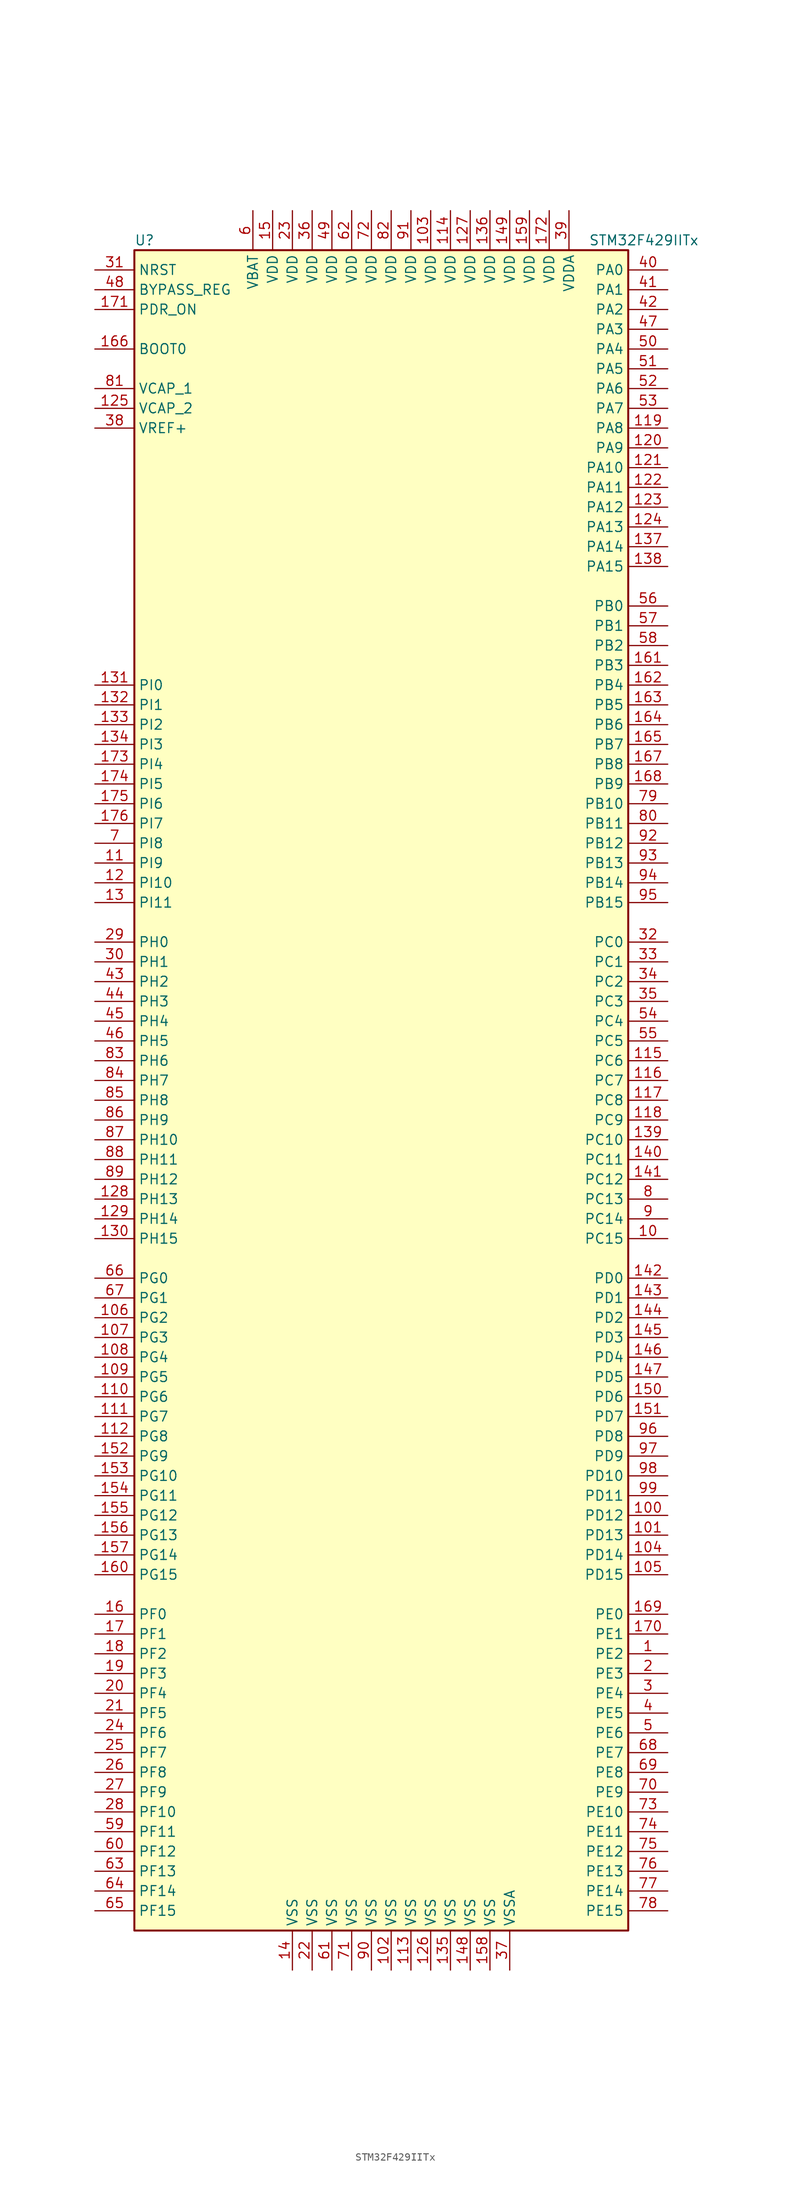
<source format=kicad_sym>
(kicad_symbol_lib
  (version 20201005)
  (generator kicad_symbol_editor)
  (symbol "STM32F429IITx"
    (property "Reference" "U"
      (at -33.02 107.95 0)
      (effects (font (size 1.27 1.27)) (justify left)))
    (property "Value" "STM32F429IITx"
      (at 25.4 107.95 0)
      (effects (font (size 1.27 1.27)) (justify left)))
    (symbol "STM32F429IITx_0_1"
      (rectangle (start -33.02 -109.22) (end 30.48 106.68) (stroke (width 0.254)) (fill (type background))))
    (symbol "STM32F429IITx_1_1"
      (pin input line (at -38.1 93.98 0) (length 5.08) (name "BOOT0" (effects (font (size 1.27 1.27)))) (number "166" (effects (font (size 1.27 1.27)))))
      (pin input line (at -38.1 101.6 0) (length 5.08) (name "BYPASS_REG" (effects (font (size 1.27 1.27)))) (number "48" (effects (font (size 1.27 1.27)))))
      (pin input line (at -38.1 104.14 0) (length 5.08) (name "NRST" (effects (font (size 1.27 1.27)))) (number "31" (effects (font (size 1.27 1.27)))))
      (pin bidirectional line (at 35.56 104.14 180) (length 5.08) (name "PA0" (effects (font (size 1.27 1.27)))) (number "40" (effects (font (size 1.27 1.27)))))
      (pin bidirectional line (at 35.56 101.6 180) (length 5.08) (name "PA1" (effects (font (size 1.27 1.27)))) (number "41" (effects (font (size 1.27 1.27)))))
      (pin bidirectional line (at 35.56 78.74 180) (length 5.08) (name "PA10" (effects (font (size 1.27 1.27)))) (number "121" (effects (font (size 1.27 1.27)))))
      (pin bidirectional line (at 35.56 76.2 180) (length 5.08) (name "PA11" (effects (font (size 1.27 1.27)))) (number "122" (effects (font (size 1.27 1.27)))))
      (pin bidirectional line (at 35.56 73.66 180) (length 5.08) (name "PA12" (effects (font (size 1.27 1.27)))) (number "123" (effects (font (size 1.27 1.27)))))
      (pin bidirectional line (at 35.56 71.12 180) (length 5.08) (name "PA13" (effects (font (size 1.27 1.27)))) (number "124" (effects (font (size 1.27 1.27)))))
      (pin bidirectional line (at 35.56 68.58 180) (length 5.08) (name "PA14" (effects (font (size 1.27 1.27)))) (number "137" (effects (font (size 1.27 1.27)))))
      (pin bidirectional line (at 35.56 66.04 180) (length 5.08) (name "PA15" (effects (font (size 1.27 1.27)))) (number "138" (effects (font (size 1.27 1.27)))))
      (pin bidirectional line (at 35.56 99.06 180) (length 5.08) (name "PA2" (effects (font (size 1.27 1.27)))) (number "42" (effects (font (size 1.27 1.27)))))
      (pin bidirectional line (at 35.56 96.52 180) (length 5.08) (name "PA3" (effects (font (size 1.27 1.27)))) (number "47" (effects (font (size 1.27 1.27)))))
      (pin bidirectional line (at 35.56 93.98 180) (length 5.08) (name "PA4" (effects (font (size 1.27 1.27)))) (number "50" (effects (font (size 1.27 1.27)))))
      (pin bidirectional line (at 35.56 91.44 180) (length 5.08) (name "PA5" (effects (font (size 1.27 1.27)))) (number "51" (effects (font (size 1.27 1.27)))))
      (pin bidirectional line (at 35.56 88.9 180) (length 5.08) (name "PA6" (effects (font (size 1.27 1.27)))) (number "52" (effects (font (size 1.27 1.27)))))
      (pin bidirectional line (at 35.56 86.36 180) (length 5.08) (name "PA7" (effects (font (size 1.27 1.27)))) (number "53" (effects (font (size 1.27 1.27)))))
      (pin bidirectional line (at 35.56 83.82 180) (length 5.08) (name "PA8" (effects (font (size 1.27 1.27)))) (number "119" (effects (font (size 1.27 1.27)))))
      (pin bidirectional line (at 35.56 81.28 180) (length 5.08) (name "PA9" (effects (font (size 1.27 1.27)))) (number "120" (effects (font (size 1.27 1.27)))))
      (pin bidirectional line (at 35.56 60.96 180) (length 5.08) (name "PB0" (effects (font (size 1.27 1.27)))) (number "56" (effects (font (size 1.27 1.27)))))
      (pin bidirectional line (at 35.56 58.42 180) (length 5.08) (name "PB1" (effects (font (size 1.27 1.27)))) (number "57" (effects (font (size 1.27 1.27)))))
      (pin bidirectional line (at 35.56 35.56 180) (length 5.08) (name "PB10" (effects (font (size 1.27 1.27)))) (number "79" (effects (font (size 1.27 1.27)))))
      (pin bidirectional line (at 35.56 33.02 180) (length 5.08) (name "PB11" (effects (font (size 1.27 1.27)))) (number "80" (effects (font (size 1.27 1.27)))))
      (pin bidirectional line (at 35.56 30.48 180) (length 5.08) (name "PB12" (effects (font (size 1.27 1.27)))) (number "92" (effects (font (size 1.27 1.27)))))
      (pin bidirectional line (at 35.56 27.94 180) (length 5.08) (name "PB13" (effects (font (size 1.27 1.27)))) (number "93" (effects (font (size 1.27 1.27)))))
      (pin bidirectional line (at 35.56 25.4 180) (length 5.08) (name "PB14" (effects (font (size 1.27 1.27)))) (number "94" (effects (font (size 1.27 1.27)))))
      (pin bidirectional line (at 35.56 22.86 180) (length 5.08) (name "PB15" (effects (font (size 1.27 1.27)))) (number "95" (effects (font (size 1.27 1.27)))))
      (pin bidirectional line (at 35.56 55.88 180) (length 5.08) (name "PB2" (effects (font (size 1.27 1.27)))) (number "58" (effects (font (size 1.27 1.27)))))
      (pin bidirectional line (at 35.56 53.34 180) (length 5.08) (name "PB3" (effects (font (size 1.27 1.27)))) (number "161" (effects (font (size 1.27 1.27)))))
      (pin bidirectional line (at 35.56 50.8 180) (length 5.08) (name "PB4" (effects (font (size 1.27 1.27)))) (number "162" (effects (font (size 1.27 1.27)))))
      (pin bidirectional line (at 35.56 48.26 180) (length 5.08) (name "PB5" (effects (font (size 1.27 1.27)))) (number "163" (effects (font (size 1.27 1.27)))))
      (pin bidirectional line (at 35.56 45.72 180) (length 5.08) (name "PB6" (effects (font (size 1.27 1.27)))) (number "164" (effects (font (size 1.27 1.27)))))
      (pin bidirectional line (at 35.56 43.18 180) (length 5.08) (name "PB7" (effects (font (size 1.27 1.27)))) (number "165" (effects (font (size 1.27 1.27)))))
      (pin bidirectional line (at 35.56 40.64 180) (length 5.08) (name "PB8" (effects (font (size 1.27 1.27)))) (number "167" (effects (font (size 1.27 1.27)))))
      (pin bidirectional line (at 35.56 38.1 180) (length 5.08) (name "PB9" (effects (font (size 1.27 1.27)))) (number "168" (effects (font (size 1.27 1.27)))))
      (pin bidirectional line (at 35.56 17.78 180) (length 5.08) (name "PC0" (effects (font (size 1.27 1.27)))) (number "32" (effects (font (size 1.27 1.27)))))
      (pin bidirectional line (at 35.56 15.24 180) (length 5.08) (name "PC1" (effects (font (size 1.27 1.27)))) (number "33" (effects (font (size 1.27 1.27)))))
      (pin bidirectional line (at 35.56 -7.62 180) (length 5.08) (name "PC10" (effects (font (size 1.27 1.27)))) (number "139" (effects (font (size 1.27 1.27)))))
      (pin bidirectional line (at 35.56 -10.16 180) (length 5.08) (name "PC11" (effects (font (size 1.27 1.27)))) (number "140" (effects (font (size 1.27 1.27)))))
      (pin bidirectional line (at 35.56 -12.7 180) (length 5.08) (name "PC12" (effects (font (size 1.27 1.27)))) (number "141" (effects (font (size 1.27 1.27)))))
      (pin bidirectional line (at 35.56 -15.24 180) (length 5.08) (name "PC13" (effects (font (size 1.27 1.27)))) (number "8" (effects (font (size 1.27 1.27)))))
      (pin bidirectional line (at 35.56 -17.78 180) (length 5.08) (name "PC14" (effects (font (size 1.27 1.27)))) (number "9" (effects (font (size 1.27 1.27)))))
      (pin bidirectional line (at 35.56 -20.32 180) (length 5.08) (name "PC15" (effects (font (size 1.27 1.27)))) (number "10" (effects (font (size 1.27 1.27)))))
      (pin bidirectional line (at 35.56 12.7 180) (length 5.08) (name "PC2" (effects (font (size 1.27 1.27)))) (number "34" (effects (font (size 1.27 1.27)))))
      (pin bidirectional line (at 35.56 10.16 180) (length 5.08) (name "PC3" (effects (font (size 1.27 1.27)))) (number "35" (effects (font (size 1.27 1.27)))))
      (pin bidirectional line (at 35.56 7.62 180) (length 5.08) (name "PC4" (effects (font (size 1.27 1.27)))) (number "54" (effects (font (size 1.27 1.27)))))
      (pin bidirectional line (at 35.56 5.08 180) (length 5.08) (name "PC5" (effects (font (size 1.27 1.27)))) (number "55" (effects (font (size 1.27 1.27)))))
      (pin bidirectional line (at 35.56 2.54 180) (length 5.08) (name "PC6" (effects (font (size 1.27 1.27)))) (number "115" (effects (font (size 1.27 1.27)))))
      (pin bidirectional line (at 35.56 0 180) (length 5.08) (name "PC7" (effects (font (size 1.27 1.27)))) (number "116" (effects (font (size 1.27 1.27)))))
      (pin bidirectional line (at 35.56 -2.54 180) (length 5.08) (name "PC8" (effects (font (size 1.27 1.27)))) (number "117" (effects (font (size 1.27 1.27)))))
      (pin bidirectional line (at 35.56 -5.08 180) (length 5.08) (name "PC9" (effects (font (size 1.27 1.27)))) (number "118" (effects (font (size 1.27 1.27)))))
      (pin bidirectional line (at 35.56 -25.4 180) (length 5.08) (name "PD0" (effects (font (size 1.27 1.27)))) (number "142" (effects (font (size 1.27 1.27)))))
      (pin bidirectional line (at 35.56 -27.94 180) (length 5.08) (name "PD1" (effects (font (size 1.27 1.27)))) (number "143" (effects (font (size 1.27 1.27)))))
      (pin bidirectional line (at 35.56 -50.8 180) (length 5.08) (name "PD10" (effects (font (size 1.27 1.27)))) (number "98" (effects (font (size 1.27 1.27)))))
      (pin bidirectional line (at 35.56 -53.34 180) (length 5.08) (name "PD11" (effects (font (size 1.27 1.27)))) (number "99" (effects (font (size 1.27 1.27)))))
      (pin bidirectional line (at 35.56 -55.88 180) (length 5.08) (name "PD12" (effects (font (size 1.27 1.27)))) (number "100" (effects (font (size 1.27 1.27)))))
      (pin bidirectional line (at 35.56 -58.42 180) (length 5.08) (name "PD13" (effects (font (size 1.27 1.27)))) (number "101" (effects (font (size 1.27 1.27)))))
      (pin bidirectional line (at 35.56 -60.96 180) (length 5.08) (name "PD14" (effects (font (size 1.27 1.27)))) (number "104" (effects (font (size 1.27 1.27)))))
      (pin bidirectional line (at 35.56 -63.5 180) (length 5.08) (name "PD15" (effects (font (size 1.27 1.27)))) (number "105" (effects (font (size 1.27 1.27)))))
      (pin bidirectional line (at 35.56 -30.48 180) (length 5.08) (name "PD2" (effects (font (size 1.27 1.27)))) (number "144" (effects (font (size 1.27 1.27)))))
      (pin bidirectional line (at 35.56 -33.02 180) (length 5.08) (name "PD3" (effects (font (size 1.27 1.27)))) (number "145" (effects (font (size 1.27 1.27)))))
      (pin bidirectional line (at 35.56 -35.56 180) (length 5.08) (name "PD4" (effects (font (size 1.27 1.27)))) (number "146" (effects (font (size 1.27 1.27)))))
      (pin bidirectional line (at 35.56 -38.1 180) (length 5.08) (name "PD5" (effects (font (size 1.27 1.27)))) (number "147" (effects (font (size 1.27 1.27)))))
      (pin bidirectional line (at 35.56 -40.64 180) (length 5.08) (name "PD6" (effects (font (size 1.27 1.27)))) (number "150" (effects (font (size 1.27 1.27)))))
      (pin bidirectional line (at 35.56 -43.18 180) (length 5.08) (name "PD7" (effects (font (size 1.27 1.27)))) (number "151" (effects (font (size 1.27 1.27)))))
      (pin bidirectional line (at 35.56 -45.72 180) (length 5.08) (name "PD8" (effects (font (size 1.27 1.27)))) (number "96" (effects (font (size 1.27 1.27)))))
      (pin bidirectional line (at 35.56 -48.26 180) (length 5.08) (name "PD9" (effects (font (size 1.27 1.27)))) (number "97" (effects (font (size 1.27 1.27)))))
      (pin input line (at -38.1 99.06 0) (length 5.08) (name "PDR_ON" (effects (font (size 1.27 1.27)))) (number "171" (effects (font (size 1.27 1.27)))))
      (pin bidirectional line (at 35.56 -68.58 180) (length 5.08) (name "PE0" (effects (font (size 1.27 1.27)))) (number "169" (effects (font (size 1.27 1.27)))))
      (pin bidirectional line (at 35.56 -71.12 180) (length 5.08) (name "PE1" (effects (font (size 1.27 1.27)))) (number "170" (effects (font (size 1.27 1.27)))))
      (pin bidirectional line (at 35.56 -93.98 180) (length 5.08) (name "PE10" (effects (font (size 1.27 1.27)))) (number "73" (effects (font (size 1.27 1.27)))))
      (pin bidirectional line (at 35.56 -96.52 180) (length 5.08) (name "PE11" (effects (font (size 1.27 1.27)))) (number "74" (effects (font (size 1.27 1.27)))))
      (pin bidirectional line (at 35.56 -99.06 180) (length 5.08) (name "PE12" (effects (font (size 1.27 1.27)))) (number "75" (effects (font (size 1.27 1.27)))))
      (pin bidirectional line (at 35.56 -101.6 180) (length 5.08) (name "PE13" (effects (font (size 1.27 1.27)))) (number "76" (effects (font (size 1.27 1.27)))))
      (pin bidirectional line (at 35.56 -104.14 180) (length 5.08) (name "PE14" (effects (font (size 1.27 1.27)))) (number "77" (effects (font (size 1.27 1.27)))))
      (pin bidirectional line (at 35.56 -106.68 180) (length 5.08) (name "PE15" (effects (font (size 1.27 1.27)))) (number "78" (effects (font (size 1.27 1.27)))))
      (pin bidirectional line (at 35.56 -73.66 180) (length 5.08) (name "PE2" (effects (font (size 1.27 1.27)))) (number "1" (effects (font (size 1.27 1.27)))))
      (pin bidirectional line (at 35.56 -76.2 180) (length 5.08) (name "PE3" (effects (font (size 1.27 1.27)))) (number "2" (effects (font (size 1.27 1.27)))))
      (pin bidirectional line (at 35.56 -78.74 180) (length 5.08) (name "PE4" (effects (font (size 1.27 1.27)))) (number "3" (effects (font (size 1.27 1.27)))))
      (pin bidirectional line (at 35.56 -81.28 180) (length 5.08) (name "PE5" (effects (font (size 1.27 1.27)))) (number "4" (effects (font (size 1.27 1.27)))))
      (pin bidirectional line (at 35.56 -83.82 180) (length 5.08) (name "PE6" (effects (font (size 1.27 1.27)))) (number "5" (effects (font (size 1.27 1.27)))))
      (pin bidirectional line (at 35.56 -86.36 180) (length 5.08) (name "PE7" (effects (font (size 1.27 1.27)))) (number "68" (effects (font (size 1.27 1.27)))))
      (pin bidirectional line (at 35.56 -88.9 180) (length 5.08) (name "PE8" (effects (font (size 1.27 1.27)))) (number "69" (effects (font (size 1.27 1.27)))))
      (pin bidirectional line (at 35.56 -91.44 180) (length 5.08) (name "PE9" (effects (font (size 1.27 1.27)))) (number "70" (effects (font (size 1.27 1.27)))))
      (pin bidirectional line (at -38.1 -68.58 0) (length 5.08) (name "PF0" (effects (font (size 1.27 1.27)))) (number "16" (effects (font (size 1.27 1.27)))))
      (pin bidirectional line (at -38.1 -71.12 0) (length 5.08) (name "PF1" (effects (font (size 1.27 1.27)))) (number "17" (effects (font (size 1.27 1.27)))))
      (pin bidirectional line (at -38.1 -93.98 0) (length 5.08) (name "PF10" (effects (font (size 1.27 1.27)))) (number "28" (effects (font (size 1.27 1.27)))))
      (pin bidirectional line (at -38.1 -96.52 0) (length 5.08) (name "PF11" (effects (font (size 1.27 1.27)))) (number "59" (effects (font (size 1.27 1.27)))))
      (pin bidirectional line (at -38.1 -99.06 0) (length 5.08) (name "PF12" (effects (font (size 1.27 1.27)))) (number "60" (effects (font (size 1.27 1.27)))))
      (pin bidirectional line (at -38.1 -101.6 0) (length 5.08) (name "PF13" (effects (font (size 1.27 1.27)))) (number "63" (effects (font (size 1.27 1.27)))))
      (pin bidirectional line (at -38.1 -104.14 0) (length 5.08) (name "PF14" (effects (font (size 1.27 1.27)))) (number "64" (effects (font (size 1.27 1.27)))))
      (pin bidirectional line (at -38.1 -106.68 0) (length 5.08) (name "PF15" (effects (font (size 1.27 1.27)))) (number "65" (effects (font (size 1.27 1.27)))))
      (pin bidirectional line (at -38.1 -73.66 0) (length 5.08) (name "PF2" (effects (font (size 1.27 1.27)))) (number "18" (effects (font (size 1.27 1.27)))))
      (pin bidirectional line (at -38.1 -76.2 0) (length 5.08) (name "PF3" (effects (font (size 1.27 1.27)))) (number "19" (effects (font (size 1.27 1.27)))))
      (pin bidirectional line (at -38.1 -78.74 0) (length 5.08) (name "PF4" (effects (font (size 1.27 1.27)))) (number "20" (effects (font (size 1.27 1.27)))))
      (pin bidirectional line (at -38.1 -81.28 0) (length 5.08) (name "PF5" (effects (font (size 1.27 1.27)))) (number "21" (effects (font (size 1.27 1.27)))))
      (pin bidirectional line (at -38.1 -83.82 0) (length 5.08) (name "PF6" (effects (font (size 1.27 1.27)))) (number "24" (effects (font (size 1.27 1.27)))))
      (pin bidirectional line (at -38.1 -86.36 0) (length 5.08) (name "PF7" (effects (font (size 1.27 1.27)))) (number "25" (effects (font (size 1.27 1.27)))))
      (pin bidirectional line (at -38.1 -88.9 0) (length 5.08) (name "PF8" (effects (font (size 1.27 1.27)))) (number "26" (effects (font (size 1.27 1.27)))))
      (pin bidirectional line (at -38.1 -91.44 0) (length 5.08) (name "PF9" (effects (font (size 1.27 1.27)))) (number "27" (effects (font (size 1.27 1.27)))))
      (pin bidirectional line (at -38.1 -25.4 0) (length 5.08) (name "PG0" (effects (font (size 1.27 1.27)))) (number "66" (effects (font (size 1.27 1.27)))))
      (pin bidirectional line (at -38.1 -27.94 0) (length 5.08) (name "PG1" (effects (font (size 1.27 1.27)))) (number "67" (effects (font (size 1.27 1.27)))))
      (pin bidirectional line (at -38.1 -50.8 0) (length 5.08) (name "PG10" (effects (font (size 1.27 1.27)))) (number "153" (effects (font (size 1.27 1.27)))))
      (pin bidirectional line (at -38.1 -53.34 0) (length 5.08) (name "PG11" (effects (font (size 1.27 1.27)))) (number "154" (effects (font (size 1.27 1.27)))))
      (pin bidirectional line (at -38.1 -55.88 0) (length 5.08) (name "PG12" (effects (font (size 1.27 1.27)))) (number "155" (effects (font (size 1.27 1.27)))))
      (pin bidirectional line (at -38.1 -58.42 0) (length 5.08) (name "PG13" (effects (font (size 1.27 1.27)))) (number "156" (effects (font (size 1.27 1.27)))))
      (pin bidirectional line (at -38.1 -60.96 0) (length 5.08) (name "PG14" (effects (font (size 1.27 1.27)))) (number "157" (effects (font (size 1.27 1.27)))))
      (pin bidirectional line (at -38.1 -63.5 0) (length 5.08) (name "PG15" (effects (font (size 1.27 1.27)))) (number "160" (effects (font (size 1.27 1.27)))))
      (pin bidirectional line (at -38.1 -30.48 0) (length 5.08) (name "PG2" (effects (font (size 1.27 1.27)))) (number "106" (effects (font (size 1.27 1.27)))))
      (pin bidirectional line (at -38.1 -33.02 0) (length 5.08) (name "PG3" (effects (font (size 1.27 1.27)))) (number "107" (effects (font (size 1.27 1.27)))))
      (pin bidirectional line (at -38.1 -35.56 0) (length 5.08) (name "PG4" (effects (font (size 1.27 1.27)))) (number "108" (effects (font (size 1.27 1.27)))))
      (pin bidirectional line (at -38.1 -38.1 0) (length 5.08) (name "PG5" (effects (font (size 1.27 1.27)))) (number "109" (effects (font (size 1.27 1.27)))))
      (pin bidirectional line (at -38.1 -40.64 0) (length 5.08) (name "PG6" (effects (font (size 1.27 1.27)))) (number "110" (effects (font (size 1.27 1.27)))))
      (pin bidirectional line (at -38.1 -43.18 0) (length 5.08) (name "PG7" (effects (font (size 1.27 1.27)))) (number "111" (effects (font (size 1.27 1.27)))))
      (pin bidirectional line (at -38.1 -45.72 0) (length 5.08) (name "PG8" (effects (font (size 1.27 1.27)))) (number "112" (effects (font (size 1.27 1.27)))))
      (pin bidirectional line (at -38.1 -48.26 0) (length 5.08) (name "PG9" (effects (font (size 1.27 1.27)))) (number "152" (effects (font (size 1.27 1.27)))))
      (pin input line (at -38.1 17.78 0) (length 5.08) (name "PH0" (effects (font (size 1.27 1.27)))) (number "29" (effects (font (size 1.27 1.27)))))
      (pin input line (at -38.1 15.24 0) (length 5.08) (name "PH1" (effects (font (size 1.27 1.27)))) (number "30" (effects (font (size 1.27 1.27)))))
      (pin bidirectional line (at -38.1 -7.62 0) (length 5.08) (name "PH10" (effects (font (size 1.27 1.27)))) (number "87" (effects (font (size 1.27 1.27)))))
      (pin bidirectional line (at -38.1 -10.16 0) (length 5.08) (name "PH11" (effects (font (size 1.27 1.27)))) (number "88" (effects (font (size 1.27 1.27)))))
      (pin bidirectional line (at -38.1 -12.7 0) (length 5.08) (name "PH12" (effects (font (size 1.27 1.27)))) (number "89" (effects (font (size 1.27 1.27)))))
      (pin bidirectional line (at -38.1 -15.24 0) (length 5.08) (name "PH13" (effects (font (size 1.27 1.27)))) (number "128" (effects (font (size 1.27 1.27)))))
      (pin bidirectional line (at -38.1 -17.78 0) (length 5.08) (name "PH14" (effects (font (size 1.27 1.27)))) (number "129" (effects (font (size 1.27 1.27)))))
      (pin bidirectional line (at -38.1 -20.32 0) (length 5.08) (name "PH15" (effects (font (size 1.27 1.27)))) (number "130" (effects (font (size 1.27 1.27)))))
      (pin bidirectional line (at -38.1 12.7 0) (length 5.08) (name "PH2" (effects (font (size 1.27 1.27)))) (number "43" (effects (font (size 1.27 1.27)))))
      (pin bidirectional line (at -38.1 10.16 0) (length 5.08) (name "PH3" (effects (font (size 1.27 1.27)))) (number "44" (effects (font (size 1.27 1.27)))))
      (pin bidirectional line (at -38.1 7.62 0) (length 5.08) (name "PH4" (effects (font (size 1.27 1.27)))) (number "45" (effects (font (size 1.27 1.27)))))
      (pin bidirectional line (at -38.1 5.08 0) (length 5.08) (name "PH5" (effects (font (size 1.27 1.27)))) (number "46" (effects (font (size 1.27 1.27)))))
      (pin bidirectional line (at -38.1 2.54 0) (length 5.08) (name "PH6" (effects (font (size 1.27 1.27)))) (number "83" (effects (font (size 1.27 1.27)))))
      (pin bidirectional line (at -38.1 0 0) (length 5.08) (name "PH7" (effects (font (size 1.27 1.27)))) (number "84" (effects (font (size 1.27 1.27)))))
      (pin bidirectional line (at -38.1 -2.54 0) (length 5.08) (name "PH8" (effects (font (size 1.27 1.27)))) (number "85" (effects (font (size 1.27 1.27)))))
      (pin bidirectional line (at -38.1 -5.08 0) (length 5.08) (name "PH9" (effects (font (size 1.27 1.27)))) (number "86" (effects (font (size 1.27 1.27)))))
      (pin bidirectional line (at -38.1 50.8 0) (length 5.08) (name "PI0" (effects (font (size 1.27 1.27)))) (number "131" (effects (font (size 1.27 1.27)))))
      (pin bidirectional line (at -38.1 48.26 0) (length 5.08) (name "PI1" (effects (font (size 1.27 1.27)))) (number "132" (effects (font (size 1.27 1.27)))))
      (pin bidirectional line (at -38.1 25.4 0) (length 5.08) (name "PI10" (effects (font (size 1.27 1.27)))) (number "12" (effects (font (size 1.27 1.27)))))
      (pin bidirectional line (at -38.1 22.86 0) (length 5.08) (name "PI11" (effects (font (size 1.27 1.27)))) (number "13" (effects (font (size 1.27 1.27)))))
      (pin bidirectional line (at -38.1 45.72 0) (length 5.08) (name "PI2" (effects (font (size 1.27 1.27)))) (number "133" (effects (font (size 1.27 1.27)))))
      (pin bidirectional line (at -38.1 43.18 0) (length 5.08) (name "PI3" (effects (font (size 1.27 1.27)))) (number "134" (effects (font (size 1.27 1.27)))))
      (pin bidirectional line (at -38.1 40.64 0) (length 5.08) (name "PI4" (effects (font (size 1.27 1.27)))) (number "173" (effects (font (size 1.27 1.27)))))
      (pin bidirectional line (at -38.1 38.1 0) (length 5.08) (name "PI5" (effects (font (size 1.27 1.27)))) (number "174" (effects (font (size 1.27 1.27)))))
      (pin bidirectional line (at -38.1 35.56 0) (length 5.08) (name "PI6" (effects (font (size 1.27 1.27)))) (number "175" (effects (font (size 1.27 1.27)))))
      (pin bidirectional line (at -38.1 33.02 0) (length 5.08) (name "PI7" (effects (font (size 1.27 1.27)))) (number "176" (effects (font (size 1.27 1.27)))))
      (pin bidirectional line (at -38.1 30.48 0) (length 5.08) (name "PI8" (effects (font (size 1.27 1.27)))) (number "7" (effects (font (size 1.27 1.27)))))
      (pin bidirectional line (at -38.1 27.94 0) (length 5.08) (name "PI9" (effects (font (size 1.27 1.27)))) (number "11" (effects (font (size 1.27 1.27)))))
      (pin power_in line (at -17.78 111.76 270) (length 5.08) (name "VBAT" (effects (font (size 1.27 1.27)))) (number "6" (effects (font (size 1.27 1.27)))))
      (pin power_in line (at -38.1 88.9 0) (length 5.08) (name "VCAP_1" (effects (font (size 1.27 1.27)))) (number "81" (effects (font (size 1.27 1.27)))))
      (pin power_in line (at -38.1 86.36 0) (length 5.08) (name "VCAP_2" (effects (font (size 1.27 1.27)))) (number "125" (effects (font (size 1.27 1.27)))))
      (pin power_in line (at 5.08 111.76 270) (length 5.08) (name "VDD" (effects (font (size 1.27 1.27)))) (number "103" (effects (font (size 1.27 1.27)))))
      (pin power_in line (at 7.62 111.76 270) (length 5.08) (name "VDD" (effects (font (size 1.27 1.27)))) (number "114" (effects (font (size 1.27 1.27)))))
      (pin power_in line (at 10.16 111.76 270) (length 5.08) (name "VDD" (effects (font (size 1.27 1.27)))) (number "127" (effects (font (size 1.27 1.27)))))
      (pin power_in line (at 12.7 111.76 270) (length 5.08) (name "VDD" (effects (font (size 1.27 1.27)))) (number "136" (effects (font (size 1.27 1.27)))))
      (pin power_in line (at 15.24 111.76 270) (length 5.08) (name "VDD" (effects (font (size 1.27 1.27)))) (number "149" (effects (font (size 1.27 1.27)))))
      (pin power_in line (at -15.24 111.76 270) (length 5.08) (name "VDD" (effects (font (size 1.27 1.27)))) (number "15" (effects (font (size 1.27 1.27)))))
      (pin power_in line (at 17.78 111.76 270) (length 5.08) (name "VDD" (effects (font (size 1.27 1.27)))) (number "159" (effects (font (size 1.27 1.27)))))
      (pin power_in line (at 20.32 111.76 270) (length 5.08) (name "VDD" (effects (font (size 1.27 1.27)))) (number "172" (effects (font (size 1.27 1.27)))))
      (pin power_in line (at -12.7 111.76 270) (length 5.08) (name "VDD" (effects (font (size 1.27 1.27)))) (number "23" (effects (font (size 1.27 1.27)))))
      (pin power_in line (at -10.16 111.76 270) (length 5.08) (name "VDD" (effects (font (size 1.27 1.27)))) (number "36" (effects (font (size 1.27 1.27)))))
      (pin power_in line (at -7.62 111.76 270) (length 5.08) (name "VDD" (effects (font (size 1.27 1.27)))) (number "49" (effects (font (size 1.27 1.27)))))
      (pin power_in line (at -5.08 111.76 270) (length 5.08) (name "VDD" (effects (font (size 1.27 1.27)))) (number "62" (effects (font (size 1.27 1.27)))))
      (pin power_in line (at -2.54 111.76 270) (length 5.08) (name "VDD" (effects (font (size 1.27 1.27)))) (number "72" (effects (font (size 1.27 1.27)))))
      (pin power_in line (at 0 111.76 270) (length 5.08) (name "VDD" (effects (font (size 1.27 1.27)))) (number "82" (effects (font (size 1.27 1.27)))))
      (pin power_in line (at 2.54 111.76 270) (length 5.08) (name "VDD" (effects (font (size 1.27 1.27)))) (number "91" (effects (font (size 1.27 1.27)))))
      (pin power_in line (at 22.86 111.76 270) (length 5.08) (name "VDDA" (effects (font (size 1.27 1.27)))) (number "39" (effects (font (size 1.27 1.27)))))
      (pin power_in line (at -38.1 83.82 0) (length 5.08) (name "VREF+" (effects (font (size 1.27 1.27)))) (number "38" (effects (font (size 1.27 1.27)))))
      (pin power_in line (at 0 -114.3 90) (length 5.08) (name "VSS" (effects (font (size 1.27 1.27)))) (number "102" (effects (font (size 1.27 1.27)))))
      (pin power_in line (at 2.54 -114.3 90) (length 5.08) (name "VSS" (effects (font (size 1.27 1.27)))) (number "113" (effects (font (size 1.27 1.27)))))
      (pin power_in line (at 5.08 -114.3 90) (length 5.08) (name "VSS" (effects (font (size 1.27 1.27)))) (number "126" (effects (font (size 1.27 1.27)))))
      (pin power_in line (at 7.62 -114.3 90) (length 5.08) (name "VSS" (effects (font (size 1.27 1.27)))) (number "135" (effects (font (size 1.27 1.27)))))
      (pin power_in line (at -12.7 -114.3 90) (length 5.08) (name "VSS" (effects (font (size 1.27 1.27)))) (number "14" (effects (font (size 1.27 1.27)))))
      (pin power_in line (at 10.16 -114.3 90) (length 5.08) (name "VSS" (effects (font (size 1.27 1.27)))) (number "148" (effects (font (size 1.27 1.27)))))
      (pin power_in line (at 12.7 -114.3 90) (length 5.08) (name "VSS" (effects (font (size 1.27 1.27)))) (number "158" (effects (font (size 1.27 1.27)))))
      (pin power_in line (at -10.16 -114.3 90) (length 5.08) (name "VSS" (effects (font (size 1.27 1.27)))) (number "22" (effects (font (size 1.27 1.27)))))
      (pin power_in line (at -7.62 -114.3 90) (length 5.08) (name "VSS" (effects (font (size 1.27 1.27)))) (number "61" (effects (font (size 1.27 1.27)))))
      (pin power_in line (at -5.08 -114.3 90) (length 5.08) (name "VSS" (effects (font (size 1.27 1.27)))) (number "71" (effects (font (size 1.27 1.27)))))
      (pin power_in line (at -2.54 -114.3 90) (length 5.08) (name "VSS" (effects (font (size 1.27 1.27)))) (number "90" (effects (font (size 1.27 1.27)))))
      (pin power_in line (at 15.24 -114.3 90) (length 5.08) (name "VSSA" (effects (font (size 1.27 1.27)))) (number "37" (effects (font (size 1.27 1.27))))))))
</source>
